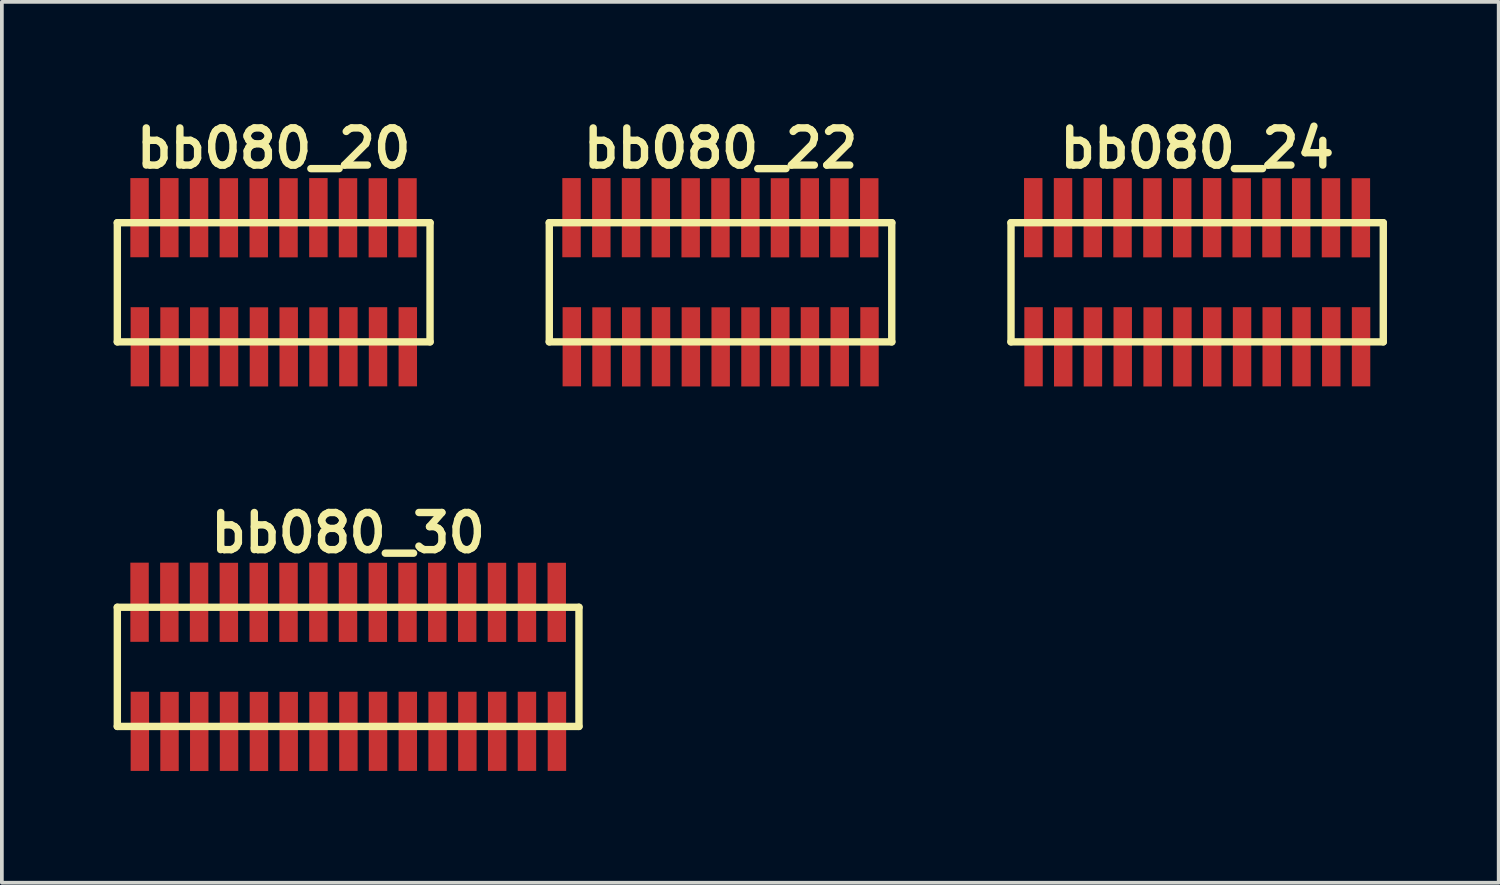
<source format=kicad_pcb>
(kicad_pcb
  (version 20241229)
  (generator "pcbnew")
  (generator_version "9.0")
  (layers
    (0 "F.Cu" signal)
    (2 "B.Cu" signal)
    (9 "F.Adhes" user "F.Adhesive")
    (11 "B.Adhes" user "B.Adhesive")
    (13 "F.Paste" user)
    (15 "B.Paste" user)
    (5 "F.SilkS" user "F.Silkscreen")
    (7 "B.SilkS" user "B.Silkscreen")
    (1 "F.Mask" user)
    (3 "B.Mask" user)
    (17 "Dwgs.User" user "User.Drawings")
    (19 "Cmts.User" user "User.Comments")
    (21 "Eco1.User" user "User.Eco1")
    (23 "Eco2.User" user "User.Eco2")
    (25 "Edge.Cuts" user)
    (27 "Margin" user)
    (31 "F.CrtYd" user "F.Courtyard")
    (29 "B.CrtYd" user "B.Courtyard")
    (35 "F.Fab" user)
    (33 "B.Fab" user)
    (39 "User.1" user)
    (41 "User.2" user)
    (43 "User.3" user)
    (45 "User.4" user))
  (footprint "bb080_30"
    (layer "F.Cu")
    (at 6.299 14.859)
    (property "Reference" "bb080_30" (at 0 -3.599 0) (layer "F.SilkS") (effects (font (size 0.998 0.998) (thickness 0.198))))
    (attr through_hole)
    (fp_line (start -6.2 1.6) (end 6.2 1.6) (stroke (width 0.198) (type solid)) (layer "F.SilkS"))
    (fp_line (start -6.198 -1.6) (end -6.198 1.6) (stroke (width 0.198) (type solid)) (layer "F.SilkS"))
    (fp_line (start 6.2 -1.6) (end -6.2 -1.6) (stroke (width 0.198) (type solid)) (layer "F.SilkS"))
    (fp_line (start 6.2 1.6) (end 6.2 -1.6) (stroke (width 0.198) (type solid)) (layer "F.SilkS"))
    (pad "1" smd rect (at -5.593 1.732) (size 0.495 2.126) (layers "F.Cu" "F.Mask" "F.Paste"))
    (pad "2" smd rect (at -5.601 -1.735) (size 0.495 2.126) (layers "F.Cu" "F.Mask" "F.Paste"))
    (pad "3" smd rect (at -4.796 1.735) (size 0.495 2.126) (layers "F.Cu" "F.Mask" "F.Paste"))
    (pad "4" smd rect (at -4.801 -1.735) (size 0.495 2.126) (layers "F.Cu" "F.Mask" "F.Paste"))
    (pad "5" smd rect (at -3.998 1.735) (size 0.495 2.126) (layers "F.Cu" "F.Mask" "F.Paste"))
    (pad "6" smd rect (at -4.003 -1.735) (size 0.495 2.126) (layers "F.Cu" "F.Mask" "F.Paste"))
    (pad "7" smd rect (at -3.198 1.732) (size 0.495 2.126) (layers "F.Cu" "F.Mask" "F.Paste"))
    (pad "8" smd rect (at -3.203 -1.732) (size 0.495 2.126) (layers "F.Cu" "F.Mask" "F.Paste"))
    (pad "9" smd rect (at -2.395 1.735) (size 0.495 2.126) (layers "F.Cu" "F.Mask" "F.Paste"))
    (pad "10" smd rect (at -2.4 -1.732) (size 0.495 2.126) (layers "F.Cu" "F.Mask" "F.Paste"))
    (pad "11" smd rect (at -1.595 1.735) (size 0.495 2.126) (layers "F.Cu" "F.Mask" "F.Paste"))
    (pad "12" smd rect (at -1.6 -1.732) (size 0.495 2.126) (layers "F.Cu" "F.Mask" "F.Paste"))
    (pad "13" smd rect (at -0.795 1.735) (size 0.495 2.126) (layers "F.Cu" "F.Mask" "F.Paste"))
    (pad "14" smd rect (at -0.798 -1.735) (size 0.495 2.126) (layers "F.Cu" "F.Mask" "F.Paste"))
    (pad "15" smd rect (at 0.008 1.732) (size 0.495 2.126) (layers "F.Cu" "F.Mask" "F.Paste"))
    (pad "16" smd rect (at -0.003 -1.732) (size 0.495 2.126) (layers "F.Cu" "F.Mask" "F.Paste"))
    (pad "17" smd rect (at 0.803 1.732) (size 0.495 2.126) (layers "F.Cu" "F.Mask" "F.Paste"))
    (pad "18" smd rect (at 0.798 -1.732) (size 0.495 2.126) (layers "F.Cu" "F.Mask" "F.Paste"))
    (pad "19" smd rect (at 1.603 1.732) (size 0.495 2.126) (layers "F.Cu" "F.Mask" "F.Paste"))
    (pad "20" smd rect (at 1.595 -1.732) (size 0.495 2.126) (layers "F.Cu" "F.Mask" "F.Paste"))
    (pad "21" smd rect (at 2.403 1.732) (size 0.495 2.126) (layers "F.Cu" "F.Mask" "F.Paste"))
    (pad "22" smd rect (at 2.395 -1.732) (size 0.495 2.126) (layers "F.Cu" "F.Mask" "F.Paste"))
    (pad "23" smd rect (at 3.203 1.732) (size 0.495 2.126) (layers "F.Cu" "F.Mask" "F.Paste"))
    (pad "24" smd rect (at 3.198 -1.732) (size 0.495 2.126) (layers "F.Cu" "F.Mask" "F.Paste"))
    (pad "25" smd rect (at 4.003 1.732) (size 0.495 2.126) (layers "F.Cu" "F.Mask" "F.Paste"))
    (pad "26" smd rect (at 3.998 -1.732) (size 0.495 2.126) (layers "F.Cu" "F.Mask" "F.Paste"))
    (pad "27" smd rect (at 4.803 1.732) (size 0.495 2.126) (layers "F.Cu" "F.Mask" "F.Paste"))
    (pad "28" smd rect (at 4.803 -1.732) (size 0.495 2.126) (layers "F.Cu" "F.Mask" "F.Paste"))
    (pad "29" smd rect (at 5.608 1.732) (size 0.495 2.126) (layers "F.Cu" "F.Mask" "F.Paste"))
    (pad "30" smd rect (at 5.603 -1.732) (size 0.495 2.126) (layers "F.Cu" "F.Mask" "F.Paste")))
  (footprint "bb080_20"
    (layer "F.Cu")
    (at 4.3 4.531)
    (property "Reference" "bb080_20" (at 0 -3.599 0) (layer "F.SilkS") (effects (font (size 0.998 0.998) (thickness 0.198))))
    (attr through_hole)
    (fp_line (start -4.201 -1.6) (end 4.201 -1.6) (stroke (width 0.198) (type solid)) (layer "F.SilkS"))
    (fp_line (start -4.199 -1.6) (end -4.199 1.6) (stroke (width 0.198) (type solid)) (layer "F.SilkS"))
    (fp_line (start 4.199 1.6) (end 4.199 -1.6) (stroke (width 0.198) (type solid)) (layer "F.SilkS"))
    (fp_line (start 4.201 1.6) (end -4.201 1.6) (stroke (width 0.198) (type solid)) (layer "F.SilkS"))
    (pad "1" smd rect (at -3.594 1.732) (size 0.495 2.126) (layers "F.Cu" "F.Mask" "F.Paste"))
    (pad "2" smd rect (at -3.602 -1.735) (size 0.495 2.126) (layers "F.Cu" "F.Mask" "F.Paste"))
    (pad "3" smd rect (at -2.797 1.735) (size 0.495 2.126) (layers "F.Cu" "F.Mask" "F.Paste"))
    (pad "4" smd rect (at -2.802 -1.735) (size 0.495 2.126) (layers "F.Cu" "F.Mask" "F.Paste"))
    (pad "5" smd rect (at -1.999 1.735) (size 0.495 2.126) (layers "F.Cu" "F.Mask" "F.Paste"))
    (pad "6" smd rect (at -2.004 -1.735) (size 0.495 2.126) (layers "F.Cu" "F.Mask" "F.Paste"))
    (pad "7" smd rect (at -1.199 1.732) (size 0.495 2.126) (layers "F.Cu" "F.Mask" "F.Paste"))
    (pad "8" smd rect (at -1.204 -1.732) (size 0.495 2.126) (layers "F.Cu" "F.Mask" "F.Paste"))
    (pad "9" smd rect (at -0.396 1.735) (size 0.495 2.126) (layers "F.Cu" "F.Mask" "F.Paste"))
    (pad "10" smd rect (at -0.401 -1.732) (size 0.495 2.126) (layers "F.Cu" "F.Mask" "F.Paste"))
    (pad "11" smd rect (at 0.404 1.735) (size 0.495 2.126) (layers "F.Cu" "F.Mask" "F.Paste"))
    (pad "12" smd rect (at 0.399 -1.732) (size 0.495 2.126) (layers "F.Cu" "F.Mask" "F.Paste"))
    (pad "13" smd rect (at 1.204 1.735) (size 0.495 2.126) (layers "F.Cu" "F.Mask" "F.Paste"))
    (pad "14" smd rect (at 1.201 -1.735) (size 0.495 2.126) (layers "F.Cu" "F.Mask" "F.Paste"))
    (pad "15" smd rect (at 2.007 1.732) (size 0.495 2.126) (layers "F.Cu" "F.Mask" "F.Paste"))
    (pad "16" smd rect (at 1.996 -1.732) (size 0.495 2.126) (layers "F.Cu" "F.Mask" "F.Paste"))
    (pad "17" smd rect (at 2.802 1.732) (size 0.495 2.126) (layers "F.Cu" "F.Mask" "F.Paste"))
    (pad "18" smd rect (at 2.797 -1.732) (size 0.495 2.126) (layers "F.Cu" "F.Mask" "F.Paste"))
    (pad "19" smd rect (at 3.602 1.732) (size 0.495 2.126) (layers "F.Cu" "F.Mask" "F.Paste"))
    (pad "20" smd rect (at 3.594 -1.732) (size 0.495 2.126) (layers "F.Cu" "F.Mask" "F.Paste")))
  (footprint "bb080_24"
    (layer "F.Cu")
    (at 29.101 4.531)
    (property "Reference" "bb080_24" (at 0 -3.599 0) (layer "F.SilkS") (effects (font (size 0.998 0.998) (thickness 0.198))))
    (attr through_hole)
    (fp_line (start -5.001 -1.6) (end 4.999 -1.6) (stroke (width 0.198) (type solid)) (layer "F.SilkS"))
    (fp_line (start -4.999 -1.6) (end -4.999 1.6) (stroke (width 0.198) (type solid)) (layer "F.SilkS"))
    (fp_line (start 4.999 1.6) (end -5.001 1.6) (stroke (width 0.198) (type solid)) (layer "F.SilkS"))
    (fp_line (start 4.999 1.6) (end 4.999 -1.6) (stroke (width 0.198) (type solid)) (layer "F.SilkS"))
    (pad "1" smd rect (at -4.394 1.732) (size 0.495 2.126) (layers "F.Cu" "F.Mask" "F.Paste"))
    (pad "2" smd rect (at -4.402 -1.735) (size 0.495 2.126) (layers "F.Cu" "F.Mask" "F.Paste"))
    (pad "3" smd rect (at -3.597 1.735) (size 0.495 2.126) (layers "F.Cu" "F.Mask" "F.Paste"))
    (pad "4" smd rect (at -3.602 -1.735) (size 0.495 2.126) (layers "F.Cu" "F.Mask" "F.Paste"))
    (pad "5" smd rect (at -2.799 1.735) (size 0.495 2.126) (layers "F.Cu" "F.Mask" "F.Paste"))
    (pad "6" smd rect (at -2.804 -1.735) (size 0.495 2.126) (layers "F.Cu" "F.Mask" "F.Paste"))
    (pad "7" smd rect (at -1.999 1.732) (size 0.495 2.126) (layers "F.Cu" "F.Mask" "F.Paste"))
    (pad "8" smd rect (at -2.004 -1.732) (size 0.495 2.126) (layers "F.Cu" "F.Mask" "F.Paste"))
    (pad "9" smd rect (at -1.196 1.735) (size 0.495 2.126) (layers "F.Cu" "F.Mask" "F.Paste"))
    (pad "10" smd rect (at -1.201 -1.732) (size 0.495 2.126) (layers "F.Cu" "F.Mask" "F.Paste"))
    (pad "11" smd rect (at -0.396 1.735) (size 0.495 2.126) (layers "F.Cu" "F.Mask" "F.Paste"))
    (pad "12" smd rect (at -0.401 -1.732) (size 0.495 2.126) (layers "F.Cu" "F.Mask" "F.Paste"))
    (pad "13" smd rect (at 0.404 1.735) (size 0.495 2.126) (layers "F.Cu" "F.Mask" "F.Paste"))
    (pad "14" smd rect (at 0.401 -1.735) (size 0.495 2.126) (layers "F.Cu" "F.Mask" "F.Paste"))
    (pad "15" smd rect (at 1.206 1.732) (size 0.495 2.126) (layers "F.Cu" "F.Mask" "F.Paste"))
    (pad "16" smd rect (at 1.196 -1.732) (size 0.495 2.126) (layers "F.Cu" "F.Mask" "F.Paste"))
    (pad "17" smd rect (at 2.002 1.732) (size 0.495 2.126) (layers "F.Cu" "F.Mask" "F.Paste"))
    (pad "18" smd rect (at 1.996 -1.732) (size 0.495 2.126) (layers "F.Cu" "F.Mask" "F.Paste"))
    (pad "19" smd rect (at 2.802 1.732) (size 0.495 2.126) (layers "F.Cu" "F.Mask" "F.Paste"))
    (pad "20" smd rect (at 2.794 -1.732) (size 0.495 2.126) (layers "F.Cu" "F.Mask" "F.Paste"))
    (pad "21" smd rect (at 3.602 1.732) (size 0.495 2.126) (layers "F.Cu" "F.Mask" "F.Paste"))
    (pad "22" smd rect (at 3.594 -1.732) (size 0.495 2.126) (layers "F.Cu" "F.Mask" "F.Paste"))
    (pad "23" smd rect (at 4.402 1.732) (size 0.495 2.126) (layers "F.Cu" "F.Mask" "F.Paste"))
    (pad "24" smd rect (at 4.397 -1.732) (size 0.495 2.126) (layers "F.Cu" "F.Mask" "F.Paste")))
  (footprint "bb080_22"
    (layer "F.Cu")
    (at 16.302 4.531)
    (property "Reference" "bb080_22" (at 0 -3.599 0) (layer "F.SilkS") (effects (font (size 0.998 0.998) (thickness 0.198))))
    (attr through_hole)
    (fp_line (start -4.602 1.6) (end 4.6 1.6) (stroke (width 0.198) (type solid)) (layer "F.SilkS"))
    (fp_line (start -4.6 -1.6) (end -4.6 1.6) (stroke (width 0.198) (type solid)) (layer "F.SilkS"))
    (fp_line (start 4.597 1.6) (end 4.597 -1.6) (stroke (width 0.198) (type solid)) (layer "F.SilkS"))
    (fp_line (start 4.6 -1.6) (end -4.602 -1.6) (stroke (width 0.198) (type solid)) (layer "F.SilkS"))
    (pad "1" smd rect (at -3.995 1.732) (size 0.495 2.126) (layers "F.Cu" "F.Mask" "F.Paste"))
    (pad "2" smd rect (at -4.003 -1.735) (size 0.495 2.126) (layers "F.Cu" "F.Mask" "F.Paste"))
    (pad "3" smd rect (at -3.198 1.735) (size 0.495 2.126) (layers "F.Cu" "F.Mask" "F.Paste"))
    (pad "4" smd rect (at -3.203 -1.735) (size 0.495 2.126) (layers "F.Cu" "F.Mask" "F.Paste"))
    (pad "5" smd rect (at -2.4 1.735) (size 0.495 2.126) (layers "F.Cu" "F.Mask" "F.Paste"))
    (pad "6" smd rect (at -2.405 -1.735) (size 0.495 2.126) (layers "F.Cu" "F.Mask" "F.Paste"))
    (pad "7" smd rect (at -1.6 1.732) (size 0.495 2.126) (layers "F.Cu" "F.Mask" "F.Paste"))
    (pad "8" smd rect (at -1.605 -1.732) (size 0.495 2.126) (layers "F.Cu" "F.Mask" "F.Paste"))
    (pad "9" smd rect (at -0.798 1.735) (size 0.495 2.126) (layers "F.Cu" "F.Mask" "F.Paste"))
    (pad "10" smd rect (at -0.803 -1.732) (size 0.495 2.126) (layers "F.Cu" "F.Mask" "F.Paste"))
    (pad "11" smd rect (at 0.003 1.735) (size 0.495 2.126) (layers "F.Cu" "F.Mask" "F.Paste"))
    (pad "12" smd rect (at -0.003 -1.732) (size 0.495 2.126) (layers "F.Cu" "F.Mask" "F.Paste"))
    (pad "13" smd rect (at 0.803 1.735) (size 0.495 2.126) (layers "F.Cu" "F.Mask" "F.Paste"))
    (pad "14" smd rect (at 0.8 -1.735) (size 0.495 2.126) (layers "F.Cu" "F.Mask" "F.Paste"))
    (pad "15" smd rect (at 1.605 1.732) (size 0.495 2.126) (layers "F.Cu" "F.Mask" "F.Paste"))
    (pad "16" smd rect (at 1.595 -1.732) (size 0.495 2.126) (layers "F.Cu" "F.Mask" "F.Paste"))
    (pad "17" smd rect (at 2.4 1.732) (size 0.495 2.126) (layers "F.Cu" "F.Mask" "F.Paste"))
    (pad "18" smd rect (at 2.395 -1.732) (size 0.495 2.126) (layers "F.Cu" "F.Mask" "F.Paste"))
    (pad "19" smd rect (at 3.2 1.732) (size 0.495 2.126) (layers "F.Cu" "F.Mask" "F.Paste"))
    (pad "20" smd rect (at 3.193 -1.732) (size 0.495 2.126) (layers "F.Cu" "F.Mask" "F.Paste"))
    (pad "21" smd rect (at 4 1.732) (size 0.495 2.126) (layers "F.Cu" "F.Mask" "F.Paste"))
    (pad "22" smd rect (at 3.993 -1.732) (size 0.495 2.126) (layers "F.Cu" "F.Mask" "F.Paste")))
  (gr_rect
    (start -3 -3)
    (end 37.199 20.657)
    (stroke (width 0.1) (type default))
    (fill no)
    (layer "Edge.Cuts")))
</source>
